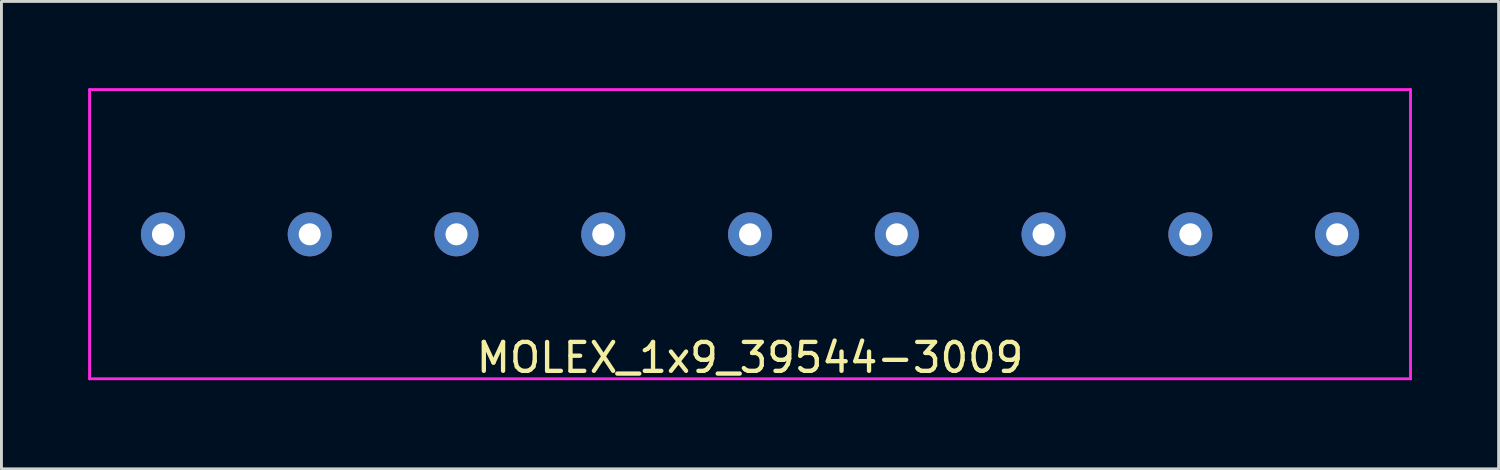
<source format=kicad_pcb>
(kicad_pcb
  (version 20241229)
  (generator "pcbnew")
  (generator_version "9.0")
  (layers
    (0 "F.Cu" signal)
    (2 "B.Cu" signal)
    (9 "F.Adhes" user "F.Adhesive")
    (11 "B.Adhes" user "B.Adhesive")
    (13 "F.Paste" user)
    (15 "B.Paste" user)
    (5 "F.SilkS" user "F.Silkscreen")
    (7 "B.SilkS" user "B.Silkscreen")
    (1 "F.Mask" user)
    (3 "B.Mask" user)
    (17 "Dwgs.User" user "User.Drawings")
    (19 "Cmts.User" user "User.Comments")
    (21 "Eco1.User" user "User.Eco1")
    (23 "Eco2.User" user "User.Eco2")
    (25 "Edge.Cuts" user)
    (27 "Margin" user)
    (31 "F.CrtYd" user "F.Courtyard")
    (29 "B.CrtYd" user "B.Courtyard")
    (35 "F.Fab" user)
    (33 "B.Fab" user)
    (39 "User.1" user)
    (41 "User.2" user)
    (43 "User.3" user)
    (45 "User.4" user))
  (footprint "MOLEX_1x9_39544-3009"
    (layer "F.Cu")
    (at 2.59 5.06)
    (property "Reference" "MOLEX_1x9_39544-3009" (at 20.32 4.27 0) (layer "F.SilkS") (effects (font (size 1 1) (thickness 0.15))))
    (attr through_hole)
    (fp_line (start -2.54 -5.01) (end -2.54 -0.01) (stroke (width 0.1) (type solid)) (layer "F.CrtYd"))
    (fp_line (start -2.54 0) (end -2.54 5) (stroke (width 0.1) (type solid)) (layer "F.CrtYd"))
    (fp_line (start -2.54 5) (end 43.18 5) (stroke (width 0.1) (type solid)) (layer "F.CrtYd"))
    (fp_line (start 43.18 -5.01) (end -2.54 -5.01) (stroke (width 0.1) (type solid)) (layer "F.CrtYd"))
    (fp_line (start 43.18 -0.01) (end 43.18 -5.01) (stroke (width 0.1) (type solid)) (layer "F.CrtYd"))
    (fp_line (start 43.18 5) (end 43.18 0) (stroke (width 0.1) (type solid)) (layer "F.CrtYd"))
    (pad "1" thru_hole circle (at 0 0) (size 1.524 1.524) (drill 0.762) (layers "*.Cu" "*.Mask"))
    (pad "2" thru_hole circle (at 5.08 0) (size 1.524 1.524) (drill 0.762) (layers "*.Cu" "*.Mask"))
    (pad "3" thru_hole circle (at 10.16 0) (size 1.524 1.524) (drill 0.762) (layers "*.Cu" "*.Mask"))
    (pad "4" thru_hole circle (at 15.24 0) (size 1.524 1.524) (drill 0.762) (layers "*.Cu" "*.Mask"))
    (pad "5" thru_hole circle (at 20.32 0) (size 1.524 1.524) (drill 0.762) (layers "*.Cu" "*.Mask"))
    (pad "6" thru_hole circle (at 25.4 0) (size 1.524 1.524) (drill 0.762) (layers "*.Cu" "*.Mask"))
    (pad "7" thru_hole circle (at 30.48 0) (size 1.524 1.524) (drill 0.762) (layers "*.Cu" "*.Mask"))
    (pad "8" thru_hole circle (at 35.56 0) (size 1.524 1.524) (drill 0.762) (layers "*.Cu" "*.Mask"))
    (pad "9" thru_hole circle (at 40.64 0) (size 1.524 1.524) (drill 0.762) (layers "*.Cu" "*.Mask")))
  (gr_rect
    (start -3 -3)
    (end 48.82 13.178)
    (stroke (width 0.1) (type default))
    (fill no)
    (layer "Edge.Cuts")))
</source>
